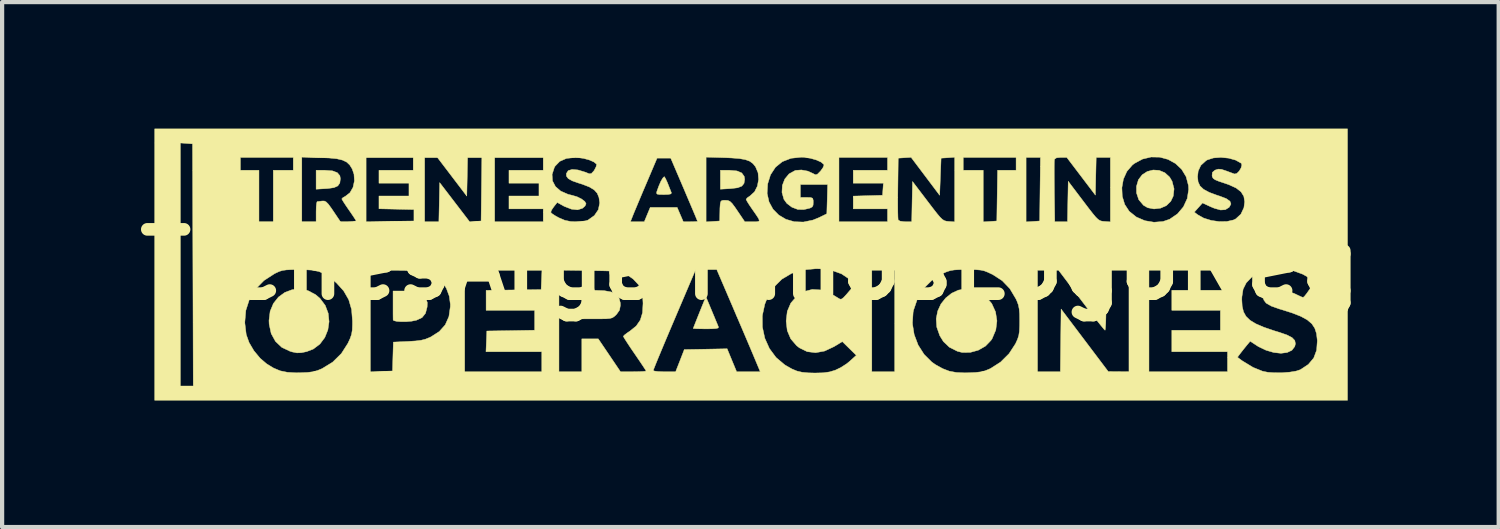
<source format=kicad_pcb>
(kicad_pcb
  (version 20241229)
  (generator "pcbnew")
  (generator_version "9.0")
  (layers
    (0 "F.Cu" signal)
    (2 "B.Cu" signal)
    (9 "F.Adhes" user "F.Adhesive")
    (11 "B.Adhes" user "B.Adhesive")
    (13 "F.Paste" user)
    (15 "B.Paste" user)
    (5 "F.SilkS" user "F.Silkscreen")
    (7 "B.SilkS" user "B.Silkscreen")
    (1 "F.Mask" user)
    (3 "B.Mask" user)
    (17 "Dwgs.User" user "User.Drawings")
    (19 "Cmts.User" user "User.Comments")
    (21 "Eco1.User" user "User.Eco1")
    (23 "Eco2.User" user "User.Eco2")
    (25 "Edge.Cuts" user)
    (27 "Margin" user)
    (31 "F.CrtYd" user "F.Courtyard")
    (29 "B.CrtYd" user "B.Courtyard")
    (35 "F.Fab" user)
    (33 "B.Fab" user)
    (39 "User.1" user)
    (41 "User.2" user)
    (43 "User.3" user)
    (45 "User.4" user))
  (footprint "TrenesArgentinosLogoNeg"
    (layer "F.Cu")
    (at 14.739 3.222)
    (property "Reference" "TrenesArgentinosLogoNeg" (at 0 0 0) (layer "F.SilkS") (effects (font (size 1.524 1.524) (thickness 0.3))))
    (attr through_hole)
    (fp_poly (pts (xy -9.909 -2.222) (xy -9.793 -2.179) (xy -9.732 -2.107) (xy -9.72 -2.037) (xy -9.733 -1.934) (xy -9.781 -1.865) (xy -9.872 -1.824) (xy -10.018 -1.803) (xy -10.055 -1.801) (xy -10.295 -1.787) (xy -10.295 -2.235) (xy -10.083 -2.235) (xy -9.909 -2.222)) (stroke (width 0.01) (type solid)) (fill yes) (layer "F.SilkS"))
    (fp_poly (pts (xy -0.319 -2.22) (xy -0.205 -2.172) (xy -0.146 -2.09) (xy -0.135 -2.022) (xy -0.151 -1.925) (xy -0.203 -1.86) (xy -0.302 -1.821) (xy -0.456 -1.802) (xy -0.47 -1.801) (xy -0.711 -1.787) (xy -0.711 -2.235) (xy -0.491 -2.235) (xy -0.319 -2.22)) (stroke (width 0.01) (type solid)) (fill yes) (layer "F.SilkS"))
    (fp_poly (pts (xy -3.465 0.619) (xy -3.298 0.649) (xy -3.183 0.705) (xy -3.115 0.789) (xy -3.084 0.907) (xy -3.082 0.966) (xy -3.102 1.079) (xy -3.171 1.178) (xy -3.181 1.188) (xy -3.228 1.232) (xy -3.273 1.261) (xy -3.331 1.277) (xy -3.419 1.285) (xy -3.551 1.287) (xy -3.638 1.287) (xy -3.996 1.287) (xy -3.996 0.61) (xy -3.69 0.61) (xy -3.465 0.619)) (stroke (width 0.01) (type solid)) (fill yes) (layer "F.SilkS"))
    (fp_poly (pts (xy -2.036 -2.08) (xy -2.008 -2.032) (xy -1.968 -1.945) (xy -1.949 -1.897) (xy -1.91 -1.798) (xy -1.88 -1.722) (xy -1.872 -1.702) (xy -1.883 -1.676) (xy -1.944 -1.663) (xy -2.048 -1.659) (xy -2.156 -1.661) (xy -2.21 -1.671) (xy -2.225 -1.694) (xy -2.216 -1.736) (xy -2.17 -1.863) (xy -2.122 -1.973) (xy -2.077 -2.05) (xy -2.044 -2.083) (xy -2.036 -2.08)) (stroke (width 0.01) (type solid)) (fill yes) (layer "F.SilkS"))
    (fp_poly (pts (xy 9.691 -2.233) (xy 9.826 -2.177) (xy 9.939 -2.074) (xy 9.997 -1.975) (xy 10.044 -1.795) (xy 10.025 -1.624) (xy 9.966 -1.5) (xy 9.862 -1.398) (xy 9.723 -1.337) (xy 9.568 -1.319) (xy 9.42 -1.347) (xy 9.32 -1.405) (xy 9.207 -1.538) (xy 9.154 -1.698) (xy 9.153 -1.854) (xy 9.199 -2.011) (xy 9.289 -2.129) (xy 9.41 -2.207) (xy 9.548 -2.242) (xy 9.691 -2.233)) (stroke (width 0.01) (type solid)) (fill yes) (layer "F.SilkS"))
    (fp_poly (pts (xy -1.005 0.881) (xy -0.966 0.975) (xy -0.913 1.102) (xy -0.864 1.219) (xy -0.816 1.335) (xy -0.777 1.429) (xy -0.756 1.481) (xy -0.756 1.482) (xy -0.764 1.503) (xy -0.815 1.516) (xy -0.919 1.523) (xy -1.046 1.524) (xy -1.181 1.523) (xy -1.286 1.52) (xy -1.346 1.516) (xy -1.355 1.514) (xy -1.343 1.481) (xy -1.31 1.397) (xy -1.262 1.276) (xy -1.205 1.133) (xy -1.055 0.762) (xy -1.005 0.881)) (stroke (width 0.01) (type solid)) (fill yes) (layer "F.SilkS"))
    (fp_poly (pts (xy 5.284 0.595) (xy 5.462 0.67) (xy 5.574 0.752) (xy 5.721 0.923) (xy 5.812 1.122) (xy 5.845 1.335) (xy 5.818 1.55) (xy 5.731 1.756) (xy 5.704 1.797) (xy 5.573 1.933) (xy 5.403 2.03) (xy 5.213 2.082) (xy 5.022 2.084) (xy 4.907 2.055) (xy 4.717 1.959) (xy 4.576 1.825) (xy 4.49 1.686) (xy 4.419 1.483) (xy 4.405 1.286) (xy 4.441 1.101) (xy 4.518 0.934) (xy 4.631 0.792) (xy 4.771 0.68) (xy 4.931 0.606) (xy 5.105 0.576) (xy 5.284 0.595)) (stroke (width 0.01) (type solid)) (fill yes) (layer "F.SilkS"))
    (fp_poly (pts (xy -10.49 0.617) (xy -10.309 0.712) (xy -10.205 0.8) (xy -10.079 0.968) (xy -10.008 1.156) (xy -9.988 1.353) (xy -10.016 1.548) (xy -10.089 1.729) (xy -10.205 1.884) (xy -10.361 2.002) (xy -10.518 2.063) (xy -10.648 2.09) (xy -10.75 2.093) (xy -10.86 2.071) (xy -10.914 2.055) (xy -11.11 1.962) (xy -11.259 1.82) (xy -11.36 1.636) (xy -11.408 1.414) (xy -11.412 1.328) (xy -11.385 1.108) (xy -11.307 0.921) (xy -11.187 0.77) (xy -11.037 0.661) (xy -10.864 0.596) (xy -10.679 0.58) (xy -10.49 0.617)) (stroke (width 0.01) (type solid)) (fill yes) (layer "F.SilkS"))
    (fp_poly (pts (xy -8.161 0.627) (xy -8.014 0.628) (xy -7.918 0.634) (xy -7.855 0.649) (xy -7.809 0.679) (xy -7.761 0.728) (xy -7.748 0.742) (xy -7.684 0.825) (xy -7.659 0.9) (xy -7.663 1.003) (xy -7.663 1.005) (xy -7.702 1.155) (xy -7.784 1.257) (xy -7.917 1.319) (xy -7.921 1.32) (xy -8.03 1.342) (xy -8.155 1.353) (xy -8.28 1.354) (xy -8.385 1.346) (xy -8.453 1.329) (xy -8.469 1.312) (xy -8.47 1.262) (xy -8.471 1.16) (xy -8.471 1.026) (xy -8.471 0.948) (xy -8.471 0.627) (xy -8.161 0.627)) (stroke (width 0.01) (type solid)) (fill yes) (layer "F.SilkS"))
    (fp_poly (pts (xy 14.156 3.217) (xy -14.122 3.217) (xy -14.122 2.879) (xy -13.513 2.879) (xy -13.208 2.879) (xy -13.212 1.375) (xy -11.986 1.375) (xy -11.952 1.658) (xy -11.884 1.849) (xy -11.77 2.043) (xy -11.622 2.221) (xy -11.469 2.352) (xy -11.304 2.453) (xy -11.147 2.519) (xy -10.975 2.554) (xy -10.769 2.566) (xy -10.668 2.564) (xy -10.497 2.557) (xy -10.37 2.541) (xy -10.263 2.512) (xy -10.154 2.467) (xy -9.903 2.313) (xy -9.696 2.109) (xy -9.542 1.868) (xy -9.488 1.751) (xy -9.455 1.655) (xy -9.438 1.553) (xy -9.433 1.422) (xy -9.433 1.338) (xy -9.454 1.065) (xy -9.522 0.832) (xy -9.641 0.625) (xy -9.809 0.439) (xy -9.956 0.31) (xy -10.092 0.22) (xy -10.235 0.163) (xy -10.38 0.135) (xy -9.009 0.135) (xy -9.009 2.543) (xy -8.484 2.523) (xy -8.474 2.18) (xy -8.464 1.838) (xy -8.113 1.822) (xy -7.938 1.811) (xy -7.808 1.795) (xy -7.704 1.769) (xy -7.603 1.728) (xy -7.573 1.714) (xy -7.375 1.587) (xy -7.234 1.429) (xy -7.147 1.233) (xy -7.113 0.996) (xy -7.112 0.944) (xy -7.138 0.75) (xy -7.207 0.563) (xy -7.31 0.404) (xy -7.39 0.327) (xy -7.483 0.263) (xy -7.577 0.214) (xy -7.684 0.179) (xy -7.815 0.156) (xy -7.982 0.143) (xy -8.197 0.137) (xy -8.403 0.135) (xy -6.773 0.135) (xy -6.773 2.54) (xy -4.945 2.54) (xy -4.538 2.54) (xy -3.996 2.54) (xy -3.996 1.761) (xy -3.606 1.761) (xy -3.342 2.151) (xy -3.079 2.54) (xy -2.776 2.54) (xy -2.642 2.538) (xy -2.538 2.533) (xy -2.48 2.527) (xy -2.472 2.523) (xy -2.479 2.511) (xy -2.303 2.511) (xy -2.272 2.525) (xy -2.189 2.535) (xy -2.071 2.54) (xy -2.037 2.54) (xy -1.772 2.54) (xy -1.669 2.278) (xy -1.567 2.015) (xy -1.059 2.006) (xy -0.551 1.996) (xy -0.439 2.268) (xy -0.326 2.54) (xy 0.234 2.54) (xy 0.11 2.244) (xy 0.064 2.134) (xy -0.004 1.973) (xy -0.089 1.773) (xy -0.186 1.545) (xy -0.291 1.3) (xy -0.33 1.21) (xy 0.283 1.21) (xy 0.285 1.482) (xy 0.342 1.746) (xy 0.451 1.99) (xy 0.609 2.203) (xy 0.811 2.374) (xy 0.848 2.397) (xy 0.984 2.474) (xy 1.103 2.524) (xy 1.226 2.553) (xy 1.375 2.567) (xy 1.531 2.571) (xy 1.723 2.566) (xy 1.875 2.545) (xy 2.013 2.504) (xy 2.147 2.439) (xy 2.286 2.349) (xy 2.355 2.292) (xy 2.511 2.151) (xy 2.345 1.988) (xy 2.18 1.826) (xy 1.983 1.945) (xy 1.759 2.05) (xy 1.546 2.089) (xy 1.346 2.064) (xy 1.161 1.973) (xy 1.095 1.921) (xy 0.956 1.759) (xy 0.874 1.565) (xy 0.848 1.338) (xy 0.875 1.108) (xy 0.958 0.914) (xy 1.095 0.755) (xy 1.272 0.64) (xy 1.467 0.589) (xy 1.676 0.602) (xy 1.894 0.68) (xy 2.086 0.797) (xy 2.126 0.82) (xy 2.161 0.818) (xy 2.207 0.784) (xy 2.276 0.71) (xy 2.322 0.656) (xy 2.486 0.464) (xy 2.356 0.351) (xy 2.161 0.22) (xy 1.932 0.138) (xy 1.915 0.135) (xy 2.879 0.135) (xy 2.879 2.54) (xy 3.421 2.54) (xy 3.421 1.396) (xy 3.841 1.396) (xy 3.883 1.659) (xy 3.977 1.908) (xy 4.118 2.129) (xy 4.301 2.311) (xy 4.389 2.373) (xy 4.559 2.467) (xy 4.715 2.527) (xy 4.882 2.558) (xy 5.083 2.567) (xy 5.165 2.565) (xy 5.334 2.558) (xy 5.458 2.544) (xy 5.558 2.52) (xy 5.656 2.481) (xy 5.698 2.461) (xy 5.932 2.311) (xy 6.132 2.112) (xy 6.284 1.879) (xy 6.288 1.871) (xy 6.333 1.772) (xy 6.362 1.684) (xy 6.377 1.585) (xy 6.383 1.455) (xy 6.384 1.338) (xy 6.382 1.171) (xy 6.372 1.051) (xy 6.353 0.956) (xy 6.319 0.865) (xy 6.295 0.813) (xy 6.151 0.571) (xy 5.971 0.383) (xy 5.746 0.237) (xy 5.731 0.23) (xy 5.627 0.181) (xy 5.541 0.148) (xy 5.48 0.135) (xy 6.807 0.135) (xy 6.807 2.54) (xy 7.348 2.54) (xy 7.357 1.798) (xy 7.366 1.055) (xy 8.484 2.536) (xy 8.729 2.538) (xy 8.975 2.54) (xy 8.975 0.135) (xy 9.449 0.135) (xy 9.449 2.54) (xy 11.311 2.54) (xy 11.311 2.197) (xy 11.547 2.197) (xy 11.658 2.28) (xy 11.918 2.438) (xy 12.141 2.528) (xy 12.267 2.554) (xy 12.431 2.565) (xy 12.611 2.564) (xy 12.788 2.55) (xy 12.939 2.525) (xy 13.039 2.492) (xy 13.227 2.367) (xy 13.355 2.215) (xy 13.424 2.03) (xy 13.44 1.808) (xy 13.439 1.79) (xy 13.421 1.636) (xy 13.38 1.509) (xy 13.31 1.403) (xy 13.202 1.311) (xy 13.051 1.228) (xy 12.848 1.148) (xy 12.587 1.065) (xy 12.538 1.051) (xy 12.349 0.984) (xy 12.226 0.913) (xy 12.169 0.836) (xy 12.176 0.75) (xy 12.245 0.655) (xy 12.304 0.605) (xy 12.365 0.581) (xy 12.454 0.578) (xy 12.525 0.582) (xy 12.72 0.619) (xy 12.898 0.688) (xy 12.998 0.736) (xy 13.074 0.77) (xy 13.104 0.779) (xy 13.135 0.753) (xy 13.19 0.684) (xy 13.257 0.588) (xy 13.324 0.481) (xy 13.353 0.415) (xy 13.349 0.378) (xy 13.338 0.367) (xy 13.097 0.229) (xy 12.865 0.144) (xy 12.623 0.106) (xy 12.503 0.102) (xy 12.281 0.116) (xy 12.103 0.163) (xy 11.948 0.248) (xy 11.883 0.3) (xy 11.755 0.434) (xy 11.681 0.583) (xy 11.652 0.766) (xy 11.65 0.83) (xy 11.659 0.988) (xy 11.69 1.119) (xy 11.75 1.228) (xy 11.846 1.321) (xy 11.985 1.405) (xy 12.174 1.486) (xy 12.42 1.57) (xy 12.539 1.606) (xy 12.721 1.669) (xy 12.841 1.731) (xy 12.906 1.799) (xy 12.921 1.877) (xy 12.905 1.943) (xy 12.837 2.032) (xy 12.724 2.085) (xy 12.577 2.103) (xy 12.407 2.084) (xy 12.225 2.031) (xy 12.043 1.944) (xy 11.99 1.91) (xy 11.849 1.817) (xy 11.766 1.916) (xy 11.689 2.011) (xy 11.617 2.103) (xy 11.615 2.106) (xy 11.547 2.197) (xy 11.311 2.197) (xy 11.311 2.066) (xy 9.991 2.066) (xy 9.991 1.558) (xy 11.142 1.558) (xy 11.142 1.084) (xy 9.991 1.084) (xy 9.991 0.61) (xy 11.278 0.61) (xy 11.278 0.135) (xy 9.449 0.135) (xy 8.975 0.135) (xy 8.433 0.135) (xy 8.433 0.847) (xy 8.432 1.058) (xy 8.428 1.244) (xy 8.424 1.395) (xy 8.417 1.501) (xy 8.41 1.553) (xy 8.407 1.556) (xy 8.381 1.53) (xy 8.32 1.456) (xy 8.229 1.343) (xy 8.114 1.197) (xy 7.981 1.025) (xy 7.844 0.845) (xy 7.307 0.135) (xy 7.057 0.135) (xy 6.807 0.135) (xy 5.48 0.135) (xy 5.453 0.13) (xy 5.345 0.121) (xy 5.196 0.119) (xy 5.132 0.119) (xy 4.959 0.12) (xy 4.834 0.127) (xy 4.739 0.143) (xy 4.653 0.171) (xy 4.566 0.209) (xy 4.316 0.361) (xy 4.114 0.56) (xy 3.964 0.801) (xy 3.869 1.079) (xy 3.858 1.132) (xy 3.841 1.396) (xy 3.421 1.396) (xy 3.421 0.135) (xy 2.879 0.135) (xy 1.915 0.135) (xy 1.66 0.101) (xy 1.558 0.098) (xy 1.249 0.126) (xy 0.977 0.209) (xy 0.745 0.347) (xy 0.554 0.537) (xy 0.406 0.779) (xy 0.342 0.939) (xy 0.283 1.21) (xy -0.33 1.21) (xy -0.398 1.05) (xy -0.405 1.033) (xy -0.797 0.119) (xy -1.297 0.119) (xy -1.8 1.3) (xy -1.913 1.566) (xy -2.017 1.812) (xy -2.109 2.032) (xy -2.187 2.219) (xy -2.247 2.366) (xy -2.286 2.465) (xy -2.303 2.509) (xy -2.303 2.511) (xy -2.479 2.511) (xy -2.491 2.49) (xy -2.541 2.413) (xy -2.616 2.301) (xy -2.709 2.165) (xy -2.743 2.115) (xy -2.841 1.972) (xy -2.922 1.849) (xy -2.981 1.757) (xy -3.01 1.706) (xy -3.012 1.7) (xy -2.985 1.67) (xy -2.917 1.618) (xy -2.853 1.575) (xy -2.706 1.456) (xy -2.609 1.315) (xy -2.557 1.142) (xy -2.545 0.924) (xy -2.546 0.892) (xy -2.555 0.745) (xy -2.571 0.643) (xy -2.601 0.563) (xy -2.651 0.482) (xy -2.659 0.47) (xy -2.779 0.342) (xy -2.928 0.239) (xy -2.929 0.239) (xy -2.987 0.21) (xy -3.043 0.188) (xy -3.106 0.173) (xy -3.187 0.161) (xy -3.298 0.154) (xy -3.447 0.149) (xy -3.647 0.145) (xy -3.817 0.142) (xy -4.538 0.132) (xy -4.538 2.54) (xy -4.945 2.54) (xy -4.945 2.066) (xy -6.268 2.066) (xy -6.258 1.82) (xy -6.248 1.575) (xy -5.681 1.566) (xy -5.114 1.556) (xy -5.114 1.084) (xy -6.265 1.084) (xy -6.265 0.611) (xy -5.613 0.602) (xy -4.961 0.593) (xy -4.941 0.135) (xy -6.773 0.135) (xy -8.403 0.135) (xy -9.009 0.135) (xy -10.38 0.135) (xy -10.402 0.131) (xy -10.611 0.119) (xy -10.702 0.119) (xy -10.875 0.12) (xy -10.998 0.126) (xy -11.09 0.139) (xy -11.167 0.162) (xy -11.249 0.2) (xy -11.278 0.214) (xy -11.531 0.378) (xy -11.731 0.582) (xy -11.875 0.82) (xy -11.961 1.086) (xy -11.986 1.375) (xy -13.212 1.375) (xy -13.219 -1.012) (xy -1.05 -1.012) (xy -0.889 -1.023) (xy -0.728 -1.033) (xy -0.725 -1.185) (xy -0.722 -1.339) (xy -0.715 -1.437) (xy -0.702 -1.493) (xy -0.676 -1.518) (xy -0.633 -1.524) (xy -0.594 -1.524) (xy -0.535 -1.52) (xy -0.486 -1.499) (xy -0.435 -1.451) (xy -0.37 -1.365) (xy -0.305 -1.27) (xy -0.133 -1.016) (xy 0.054 -1.016) (xy 0.143 -1.016) (xy 0.195 -1.023) (xy 0.212 -1.046) (xy 0.191 -1.097) (xy 0.134 -1.184) (xy 0.046 -1.31) (xy -0.025 -1.414) (xy -0.077 -1.497) (xy -0.101 -1.544) (xy -0.101 -1.547) (xy -0.075 -1.581) (xy -0.011 -1.626) (xy -0.006 -1.629) (xy 0.058 -1.688) (xy 0.397 -1.688) (xy 0.442 -1.486) (xy 0.536 -1.313) (xy 0.673 -1.174) (xy 0.843 -1.073) (xy 1.04 -1.016) (xy 1.256 -1.008) (xy 1.483 -1.055) (xy 1.626 -1.113) (xy 1.812 -1.204) (xy 1.822 -1.55) (xy 1.831 -1.897) (xy 1.185 -1.897) (xy 1.185 -1.592) (xy 1.338 -1.592) (xy 1.431 -1.589) (xy 1.476 -1.572) (xy 1.489 -1.526) (xy 1.49 -1.475) (xy 1.487 -1.409) (xy 1.466 -1.367) (xy 1.414 -1.339) (xy 1.315 -1.315) (xy 1.261 -1.304) (xy 1.124 -1.307) (xy 0.984 -1.36) (xy 0.864 -1.451) (xy 0.795 -1.547) (xy 0.749 -1.712) (xy 0.758 -1.878) (xy 0.816 -2.028) (xy 0.917 -2.15) (xy 1.056 -2.227) (xy 1.073 -2.233) (xy 1.21 -2.243) (xy 1.362 -2.215) (xy 1.496 -2.154) (xy 1.502 -2.149) (xy 1.547 -2.128) (xy 1.59 -2.143) (xy 1.65 -2.203) (xy 1.666 -2.22) (xy 1.721 -2.297) (xy 1.745 -2.358) (xy 1.742 -2.373) (xy 1.677 -2.429) (xy 1.564 -2.48) (xy 1.423 -2.52) (xy 1.295 -2.54) (xy 2.1 -2.54) (xy 2.1 -1.016) (xy 3.251 -1.016) (xy 3.251 -1.321) (xy 2.438 -1.321) (xy 2.438 -1.406) (xy 3.494 -1.406) (xy 3.495 -1.246) (xy 3.498 -1.129) (xy 3.502 -1.066) (xy 3.503 -1.059) (xy 3.548 -1.03) (xy 3.642 -1.017) (xy 3.673 -1.016) (xy 3.825 -1.016) (xy 3.834 -1.492) (xy 3.844 -1.969) (xy 4.2 -1.501) (xy 4.329 -1.332) (xy 4.425 -1.209) (xy 4.496 -1.125) (xy 4.551 -1.072) (xy 4.596 -1.043) (xy 4.641 -1.029) (xy 4.693 -1.023) (xy 4.699 -1.023) (xy 4.843 -1.012) (xy 4.843 -2.54) (xy 5.046 -2.54) (xy 5.046 -2.235) (xy 5.52 -2.235) (xy 5.52 -1.012) (xy 5.842 -1.033) (xy 5.851 -1.634) (xy 5.86 -2.235) (xy 6.299 -2.235) (xy 6.299 -2.54) (xy 6.536 -2.54) (xy 6.536 -1.012) (xy 6.858 -1.033) (xy 6.867 -1.786) (xy 6.872 -2.176) (xy 7.203 -2.176) (xy 7.204 -1.989) (xy 7.206 -1.779) (xy 7.206 -1.722) (xy 7.216 -1.016) (xy 7.517 -1.016) (xy 7.526 -1.495) (xy 7.535 -1.974) (xy 7.891 -1.504) (xy 8.02 -1.334) (xy 8.116 -1.211) (xy 8.187 -1.126) (xy 8.241 -1.073) (xy 8.287 -1.043) (xy 8.331 -1.029) (xy 8.383 -1.023) (xy 8.39 -1.023) (xy 8.534 -1.012) (xy 8.534 -1.823) (xy 8.807 -1.823) (xy 8.816 -1.618) (xy 8.874 -1.426) (xy 8.98 -1.264) (xy 8.984 -1.26) (xy 9.152 -1.126) (xy 9.353 -1.04) (xy 9.568 -1.004) (xy 9.782 -1.021) (xy 9.94 -1.075) (xy 10.124 -1.201) (xy 10.16 -1.243) (xy 10.524 -1.243) (xy 10.605 -1.181) (xy 10.748 -1.101) (xy 10.926 -1.046) (xy 11.116 -1.019) (xy 11.298 -1.022) (xy 11.452 -1.057) (xy 11.505 -1.082) (xy 11.628 -1.195) (xy 11.7 -1.348) (xy 11.718 -1.488) (xy 11.698 -1.617) (xy 11.632 -1.724) (xy 11.516 -1.815) (xy 11.341 -1.895) (xy 11.242 -1.929) (xy 11.104 -1.975) (xy 11.017 -2.011) (xy 10.971 -2.044) (xy 10.95 -2.083) (xy 10.945 -2.111) (xy 10.953 -2.186) (xy 11.01 -2.235) (xy 11.025 -2.242) (xy 11.094 -2.263) (xy 11.169 -2.257) (xy 11.273 -2.223) (xy 11.375 -2.185) (xy 11.457 -2.155) (xy 11.481 -2.147) (xy 11.533 -2.161) (xy 11.588 -2.216) (xy 11.632 -2.29) (xy 11.651 -2.36) (xy 11.638 -2.401) (xy 11.505 -2.476) (xy 11.337 -2.523) (xy 11.154 -2.541) (xy 10.978 -2.528) (xy 10.833 -2.482) (xy 10.801 -2.463) (xy 10.679 -2.352) (xy 10.616 -2.217) (xy 10.601 -2.082) (xy 10.614 -1.961) (xy 10.659 -1.864) (xy 10.745 -1.783) (xy 10.879 -1.711) (xy 11.071 -1.64) (xy 11.126 -1.623) (xy 11.281 -1.564) (xy 11.369 -1.502) (xy 11.393 -1.436) (xy 11.354 -1.364) (xy 11.346 -1.355) (xy 11.259 -1.301) (xy 11.147 -1.294) (xy 11.001 -1.334) (xy 10.905 -1.374) (xy 10.719 -1.461) (xy 10.524 -1.243) (xy 10.16 -1.243) (xy 10.266 -1.369) (xy 10.357 -1.566) (xy 10.39 -1.78) (xy 10.385 -1.874) (xy 10.33 -2.083) (xy 10.224 -2.258) (xy 10.078 -2.396) (xy 9.902 -2.493) (xy 9.706 -2.546) (xy 9.501 -2.55) (xy 9.296 -2.501) (xy 9.103 -2.397) (xy 9.054 -2.358) (xy 8.926 -2.209) (xy 8.843 -2.026) (xy 8.807 -1.823) (xy 8.534 -1.823) (xy 8.534 -2.54) (xy 8.198 -2.54) (xy 8.188 -2.093) (xy 8.179 -1.647) (xy 7.501 -2.54) (xy 7.36 -2.54) (xy 7.261 -2.532) (xy 7.215 -2.503) (xy 7.208 -2.484) (xy 7.205 -2.434) (xy 7.203 -2.328) (xy 7.203 -2.176) (xy 6.872 -2.176) (xy 6.876 -2.54) (xy 6.536 -2.54) (xy 6.299 -2.54) (xy 5.046 -2.54) (xy 4.843 -2.54) (xy 4.843 -2.544) (xy 4.682 -2.533) (xy 4.521 -2.523) (xy 4.504 -2.083) (xy 4.487 -1.643) (xy 4.149 -2.092) (xy 3.81 -2.542) (xy 3.658 -2.533) (xy 3.505 -2.523) (xy 3.496 -1.813) (xy 3.494 -1.598) (xy 3.494 -1.406) (xy 2.438 -1.406) (xy 2.438 -1.623) (xy 2.786 -1.633) (xy 3.133 -1.643) (xy 3.143 -1.786) (xy 3.153 -1.93) (xy 2.438 -1.93) (xy 2.438 -2.235) (xy 3.251 -2.235) (xy 3.251 -2.54) (xy 2.1 -2.54) (xy 1.295 -2.54) (xy 1.273 -2.543) (xy 1.208 -2.546) (xy 0.964 -2.52) (xy 0.758 -2.44) (xy 0.595 -2.308) (xy 0.477 -2.128) (xy 0.41 -1.913) (xy 0.397 -1.688) (xy 0.058 -1.688) (xy 0.098 -1.724) (xy 0.166 -1.86) (xy 0.195 -2.017) (xy 0.182 -2.176) (xy 0.122 -2.319) (xy 0.061 -2.394) (xy -0.015 -2.45) (xy -0.119 -2.488) (xy -0.261 -2.513) (xy -0.453 -2.528) (xy -0.601 -2.534) (xy -1.05 -2.547) (xy -1.05 -1.012) (xy -13.219 -1.012) (xy -13.224 -2.54) (xy -12.09 -2.54) (xy -12.09 -2.235) (xy -11.65 -2.235) (xy -11.65 -1.016) (xy -11.311 -1.016) (xy -10.634 -1.016) (xy -10.295 -1.016) (xy -10.295 -1.253) (xy -10.292 -1.37) (xy -10.283 -1.456) (xy -10.271 -1.492) (xy -10.27 -1.492) (xy -10.22 -1.498) (xy -10.151 -1.507) (xy -10.102 -1.507) (xy -10.058 -1.486) (xy -10.006 -1.434) (xy -9.937 -1.34) (xy -9.888 -1.268) (xy -9.718 -1.016) (xy -9.532 -1.016) (xy -9.431 -1.019) (xy -9.363 -1.027) (xy -9.347 -1.034) (xy -9.365 -1.068) (xy -9.414 -1.144) (xy -9.484 -1.247) (xy -9.517 -1.294) (xy -9.593 -1.405) (xy -9.651 -1.494) (xy -9.683 -1.549) (xy -9.686 -1.558) (xy -9.659 -1.587) (xy -9.601 -1.619) (xy -9.493 -1.703) (xy -9.42 -1.83) (xy -9.387 -1.983) (xy -9.397 -2.143) (xy -9.44 -2.268) (xy -9.498 -2.361) (xy -9.571 -2.43) (xy -9.67 -2.477) (xy -9.806 -2.509) (xy -9.99 -2.527) (xy -10.185 -2.535) (xy -10.381 -2.54) (xy -9.11 -2.54) (xy -9.11 -1.014) (xy -8.543 -1.024) (xy -7.976 -1.033) (xy -7.976 -1.304) (xy -8.805 -1.323) (xy -8.805 -1.626) (xy -8.094 -1.626) (xy -8.094 -1.93) (xy -8.805 -1.93) (xy -8.805 -2.235) (xy -7.993 -2.235) (xy -7.993 -2.54) (xy -7.722 -2.54) (xy -7.722 -1.016) (xy -7.385 -1.016) (xy -7.375 -1.48) (xy -7.366 -1.943) (xy -6.655 -1.014) (xy -6.384 -1.033) (xy -6.375 -1.786) (xy -6.366 -2.54) (xy -6.062 -2.54) (xy -6.062 -1.016) (xy -4.911 -1.016) (xy -4.911 -1.243) (xy -4.732 -1.243) (xy -4.731 -1.236) (xy -4.698 -1.204) (xy -4.621 -1.154) (xy -4.539 -1.109) (xy -4.398 -1.049) (xy -4.262 -1.021) (xy -4.14 -1.016) (xy -2.844 -1.016) (xy -2.515 -1.016) (xy -2.445 -1.185) (xy -2.374 -1.355) (xy -1.736 -1.355) (xy -1.663 -1.185) (xy -1.59 -1.016) (xy -1.421 -1.016) (xy -1.325 -1.018) (xy -1.264 -1.022) (xy -1.253 -1.026) (xy -1.266 -1.058) (xy -1.301 -1.144) (xy -1.356 -1.275) (xy -1.427 -1.442) (xy -1.51 -1.637) (xy -1.57 -1.779) (xy -1.888 -2.523) (xy -2.212 -2.523) (xy -2.471 -1.913) (xy -2.556 -1.714) (xy -2.635 -1.526) (xy -2.703 -1.363) (xy -2.756 -1.237) (xy -2.787 -1.16) (xy -2.787 -1.16) (xy -2.844 -1.016) (xy -4.14 -1.016) (xy -4.014 -1.022) (xy -3.906 -1.037) (xy -3.85 -1.054) (xy -3.698 -1.163) (xy -3.604 -1.301) (xy -3.572 -1.461) (xy -3.59 -1.591) (xy -3.631 -1.691) (xy -3.703 -1.771) (xy -3.815 -1.839) (xy -3.979 -1.903) (xy -4.069 -1.931) (xy -4.223 -1.985) (xy -4.318 -2.039) (xy -4.361 -2.098) (xy -4.363 -2.157) (xy -4.319 -2.227) (xy -4.226 -2.255) (xy -4.088 -2.243) (xy -3.909 -2.189) (xy -3.823 -2.153) (xy -3.771 -2.157) (xy -3.713 -2.218) (xy -3.698 -2.24) (xy -3.658 -2.318) (xy -3.645 -2.374) (xy -3.647 -2.381) (xy -3.709 -2.432) (xy -3.818 -2.48) (xy -3.954 -2.517) (xy -4.096 -2.537) (xy -4.149 -2.539) (xy -4.359 -2.517) (xy -4.519 -2.447) (xy -4.631 -2.331) (xy -4.648 -2.3) (xy -4.701 -2.136) (xy -4.691 -1.984) (xy -4.621 -1.85) (xy -4.497 -1.742) (xy -4.321 -1.665) (xy -4.227 -1.642) (xy -4.11 -1.608) (xy -4.003 -1.555) (xy -3.925 -1.496) (xy -3.895 -1.441) (xy -3.895 -1.441) (xy -3.921 -1.387) (xy -3.979 -1.335) (xy -4.095 -1.298) (xy -4.242 -1.314) (xy -4.412 -1.38) (xy -4.448 -1.4) (xy -4.579 -1.473) (xy -4.66 -1.371) (xy -4.71 -1.298) (xy -4.732 -1.243) (xy -4.911 -1.243) (xy -4.911 -1.321) (xy -5.723 -1.321) (xy -5.723 -1.626) (xy -5.012 -1.626) (xy -5.012 -1.93) (xy -5.723 -1.93) (xy -5.723 -2.235) (xy -4.911 -2.235) (xy -4.911 -2.54) (xy -6.062 -2.54) (xy -6.366 -2.54) (xy -6.704 -2.54) (xy -6.713 -2.082) (xy -6.723 -1.624) (xy -7.42 -2.54) (xy -7.722 -2.54) (xy -7.993 -2.54) (xy -9.11 -2.54) (xy -10.381 -2.54) (xy -10.634 -2.547) (xy -10.634 -1.016) (xy -11.311 -1.016) (xy -11.311 -2.235) (xy -10.837 -2.235) (xy -10.837 -2.54) (xy -12.09 -2.54) (xy -13.224 -2.54) (xy -13.225 -2.862) (xy -13.513 -2.883) (xy -13.513 2.879) (xy -14.122 2.879) (xy -14.122 -3.217) (xy 14.156 -3.217) (xy 14.156 3.217)) (stroke (width 0.01) (type solid)) (fill yes) (layer "F.SilkS")))
  (gr_rect
    (start -3 -3)
    (end 32.479 9.445)
    (stroke (width 0.1) (type default))
    (fill no)
    (layer "Edge.Cuts")))
</source>
